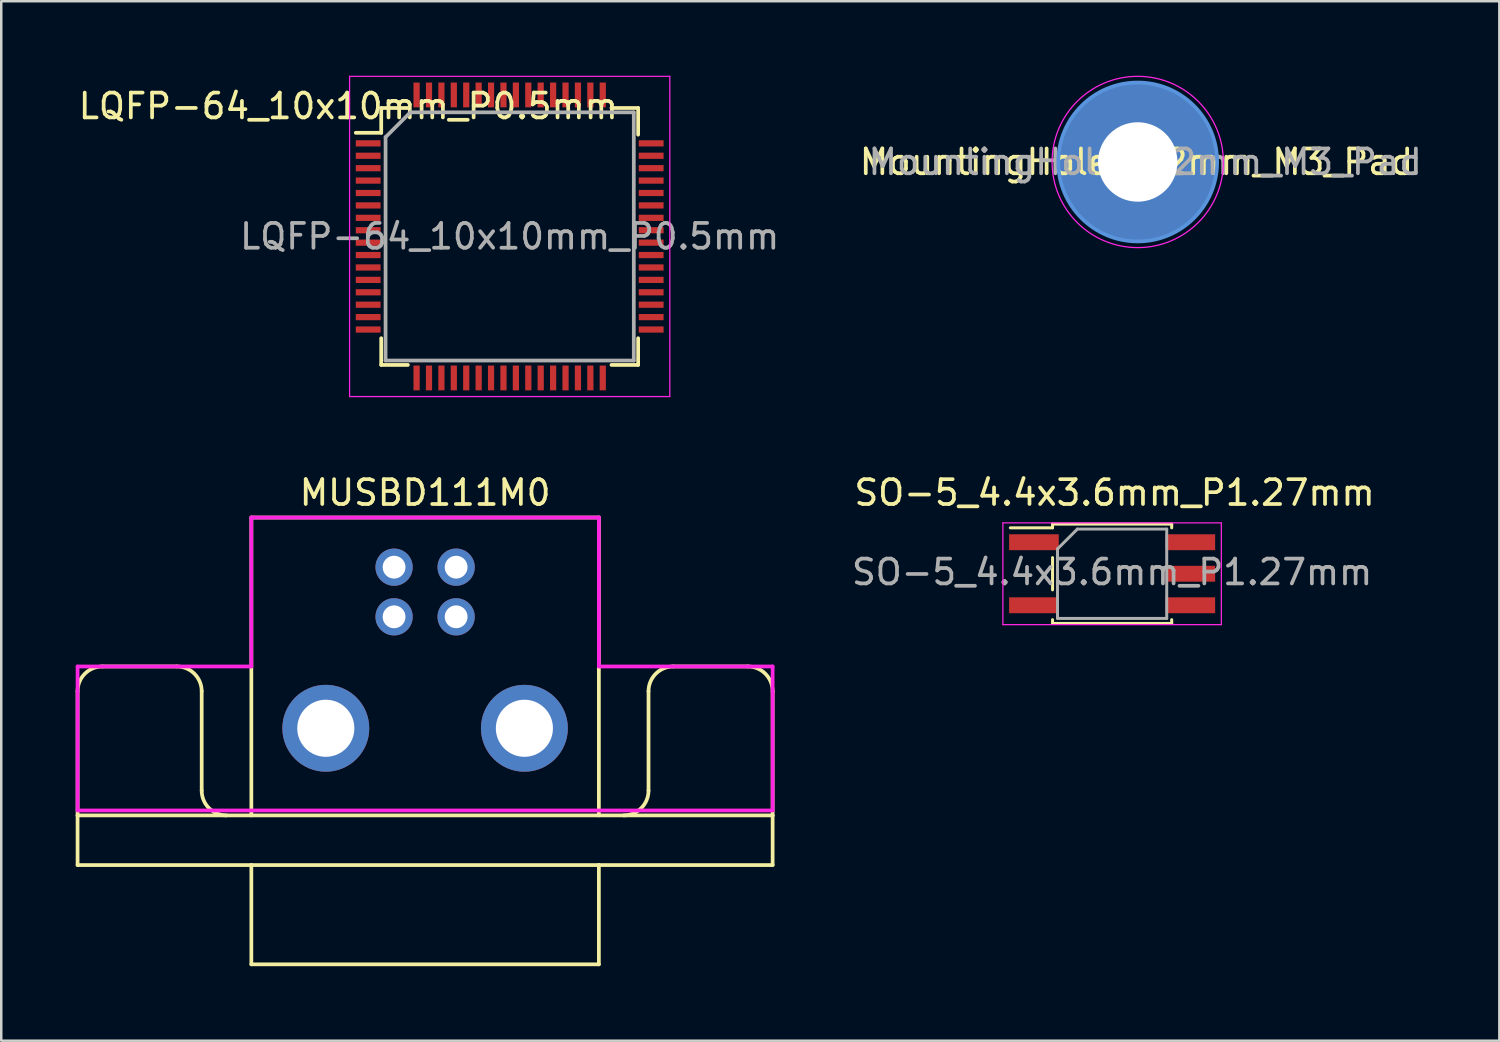
<source format=kicad_pcb>
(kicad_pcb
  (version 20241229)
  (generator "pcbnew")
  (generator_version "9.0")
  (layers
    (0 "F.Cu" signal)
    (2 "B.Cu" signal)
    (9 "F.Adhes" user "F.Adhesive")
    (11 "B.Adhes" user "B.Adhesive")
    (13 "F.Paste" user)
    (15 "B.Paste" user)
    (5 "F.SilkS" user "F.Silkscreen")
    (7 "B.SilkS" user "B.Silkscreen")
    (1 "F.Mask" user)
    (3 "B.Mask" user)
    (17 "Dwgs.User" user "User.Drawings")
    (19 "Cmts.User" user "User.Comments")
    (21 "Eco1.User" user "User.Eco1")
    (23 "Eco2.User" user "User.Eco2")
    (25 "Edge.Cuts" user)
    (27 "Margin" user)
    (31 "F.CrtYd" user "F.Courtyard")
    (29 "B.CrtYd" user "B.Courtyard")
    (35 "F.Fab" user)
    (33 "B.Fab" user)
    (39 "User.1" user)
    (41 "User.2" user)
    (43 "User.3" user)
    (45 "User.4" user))
  (footprint "MountingHole_3.2mm_M3_Pad"
    (layer "F.Cu")
    (at 42.782 3.475)
    (property "Reference" "MountingHole_3.2mm_M3_Pad" (at -0.05 0 0) (layer "F.SilkS") (effects (font (size 1 1) (thickness 0.15))))
    (attr exclude_from_pos_files exclude_from_bom)
    (fp_circle (center 0 0) (end 3.2 0) (stroke (width 0.15) (type solid)) (fill no) (layer "Cmts.User"))
    (fp_circle (center 0 0) (end 3.45 0) (stroke (width 0.05) (type solid)) (fill no) (layer "F.CrtYd"))
    (fp_text user "${REFERENCE}" (at 0.3 0 0) (layer "F.Fab") (effects (font (size 1 1) (thickness 0.15))))
    (pad "1" thru_hole circle (at 0 0) (size 6.4 6.4) (drill 3.2) (layers "*.Cu" "*.Mask")))
  (footprint "SO-5_4.4x3.6mm_P1.27mm"
    (layer "F.Cu")
    (at 41.751 20.063)
    (property "Reference" "SO-5_4.4x3.6mm_P1.27mm" (at 0.1 -3.265 0) (layer "F.SilkS") (effects (font (size 1 1) (thickness 0.15))))
    (attr smd)
    (fp_line (start -2.4 -2) (end 2.4 -2) (stroke (width 0.12) (type solid)) (layer "F.SilkS"))
    (fp_line (start -2.4 -1.85) (end -4.1 -1.85) (stroke (width 0.12) (type solid)) (layer "F.SilkS"))
    (fp_line (start -2.4 -1.85) (end -2.4 -2) (stroke (width 0.12) (type solid)) (layer "F.SilkS"))
    (fp_line (start -2.4 0.65) (end -2.4 -0.65) (stroke (width 0.12) (type solid)) (layer "F.SilkS"))
    (fp_line (start -2.4 2) (end -2.4 1.85) (stroke (width 0.12) (type solid)) (layer "F.SilkS"))
    (fp_line (start 2.4 -2) (end 2.4 -1.85) (stroke (width 0.12) (type solid)) (layer "F.SilkS"))
    (fp_line (start 2.4 1.85) (end 2.4 2) (stroke (width 0.12) (type solid)) (layer "F.SilkS"))
    (fp_line (start 2.4 2) (end -2.4 2) (stroke (width 0.12) (type solid)) (layer "F.SilkS"))
    (fp_line (start -4.4 -2.05) (end -4.4 2.05) (stroke (width 0.05) (type solid)) (layer "F.CrtYd"))
    (fp_line (start -4.4 -2.05) (end 4.4 -2.05) (stroke (width 0.05) (type solid)) (layer "F.CrtYd"))
    (fp_line (start 4.4 2.05) (end -4.4 2.05) (stroke (width 0.05) (type solid)) (layer "F.CrtYd"))
    (fp_line (start 4.4 2.05) (end 4.4 -2.05) (stroke (width 0.05) (type solid)) (layer "F.CrtYd"))
    (fp_line (start -2.2 -1) (end -1.4 -1.8) (stroke (width 0.12) (type solid)) (layer "F.Fab"))
    (fp_line (start -2.2 1.8) (end -2.2 -1) (stroke (width 0.12) (type solid)) (layer "F.Fab"))
    (fp_line (start -1.4 -1.8) (end 2.2 -1.8) (stroke (width 0.12) (type solid)) (layer "F.Fab"))
    (fp_line (start 2.2 -1.8) (end 2.2 1.8) (stroke (width 0.12) (type solid)) (layer "F.Fab"))
    (fp_line (start 2.2 1.8) (end -2.2 1.8) (stroke (width 0.12) (type solid)) (layer "F.Fab"))
    (fp_text user "${REFERENCE}" (at 0 -0.065 0) (layer "F.Fab") (effects (font (size 1 1) (thickness 0.15))))
    (pad "1" smd rect (at -3.15 -1.27) (size 2 0.64) (layers "F.Cu" "F.Mask" "F.Paste"))
    (pad "2" smd rect (at -3.15 1.27) (size 2 0.64) (layers "F.Cu" "F.Mask" "F.Paste"))
    (pad "3" smd rect (at 3.15 1.27) (size 2 0.64) (layers "F.Cu" "F.Mask" "F.Paste"))
    (pad "4" smd rect (at 3.15 0) (size 2 0.64) (layers "F.Cu" "F.Mask" "F.Paste"))
    (pad "5" smd rect (at 3.15 -1.27) (size 2 0.64) (layers "F.Cu" "F.Mask" "F.Paste")))
  (footprint "MUSBD111M0"
    (layer "F.Cu")
    (at 14.075 20.798)
    (property "Reference" "MUSBD111M0" (at 0 -4 0) (layer "F.SilkS") (effects (font (size 1 1) (thickness 0.15))))
    (attr through_hole)
    (fp_line (start -14 9) (end -14 4) (stroke (width 0.15) (type solid)) (layer "F.SilkS"))
    (fp_line (start -14 9) (end -14 11) (stroke (width 0.15) (type solid)) (layer "F.SilkS"))
    (fp_line (start -14 11) (end -7 11) (stroke (width 0.15) (type solid)) (layer "F.SilkS"))
    (fp_line (start -13 3) (end -10 3) (stroke (width 0.15) (type solid)) (layer "F.SilkS"))
    (fp_line (start -9 4) (end -9 8) (stroke (width 0.15) (type solid)) (layer "F.SilkS"))
    (fp_line (start -7 -3) (end 7 -3) (stroke (width 0.15) (type solid)) (layer "F.SilkS"))
    (fp_line (start -7 9) (end -7 -3) (stroke (width 0.15) (type solid)) (layer "F.SilkS"))
    (fp_line (start -7 11) (end -7 15) (stroke (width 0.15) (type solid)) (layer "F.SilkS"))
    (fp_line (start -7 11) (end 7 11) (stroke (width 0.15) (type solid)) (layer "F.SilkS"))
    (fp_line (start -7 15) (end 7 15) (stroke (width 0.15) (type solid)) (layer "F.SilkS"))
    (fp_line (start 7 -3) (end 7 9) (stroke (width 0.15) (type solid)) (layer "F.SilkS"))
    (fp_line (start 7 11) (end 14 11) (stroke (width 0.15) (type solid)) (layer "F.SilkS"))
    (fp_line (start 7 15) (end 7 11) (stroke (width 0.15) (type solid)) (layer "F.SilkS"))
    (fp_line (start 9 8) (end 9 4) (stroke (width 0.15) (type solid)) (layer "F.SilkS"))
    (fp_line (start 10 3) (end 13 3) (stroke (width 0.15) (type solid)) (layer "F.SilkS"))
    (fp_line (start 14 4) (end 14 9) (stroke (width 0.15) (type solid)) (layer "F.SilkS"))
    (fp_line (start 14 9) (end -14 9) (stroke (width 0.15) (type solid)) (layer "F.SilkS"))
    (fp_line (start 14 11) (end 14 9) (stroke (width 0.15) (type solid)) (layer "F.SilkS"))
    (fp_arc (start -14 4) (mid -13.707107 3.292893) (end -13 3) (stroke (width 0.15) (type solid)) (layer "F.SilkS"))
    (fp_arc (start -10 3) (mid -9.292893 3.292893) (end -9 4) (stroke (width 0.15) (type solid)) (layer "F.SilkS"))
    (fp_arc (start -8 9) (mid -8.707107 8.707107) (end -9 8) (stroke (width 0.15) (type solid)) (layer "F.SilkS"))
    (fp_arc (start 9 4) (mid 9.292893 3.292893) (end 10 3) (stroke (width 0.15) (type solid)) (layer "F.SilkS"))
    (fp_arc (start 9 8) (mid 8.707107 8.707107) (end 8 9) (stroke (width 0.15) (type solid)) (layer "F.SilkS"))
    (fp_arc (start 13 3) (mid 13.707107 3.292893) (end 14 4) (stroke (width 0.15) (type solid)) (layer "F.SilkS"))
    (fp_line (start -14 3) (end -14 8.8) (stroke (width 0.15) (type solid)) (layer "F.CrtYd"))
    (fp_line (start -14 8.8) (end 14 8.8) (stroke (width 0.15) (type solid)) (layer "F.CrtYd"))
    (fp_line (start -7 -3) (end -7 3) (stroke (width 0.15) (type solid)) (layer "F.CrtYd"))
    (fp_line (start -7 -3) (end 7 -3) (stroke (width 0.15) (type solid)) (layer "F.CrtYd"))
    (fp_line (start -7 3) (end -14 3) (stroke (width 0.15) (type solid)) (layer "F.CrtYd"))
    (fp_line (start 7 -3) (end 7 3) (stroke (width 0.15) (type solid)) (layer "F.CrtYd"))
    (fp_line (start 7 3) (end 14 3) (stroke (width 0.15) (type solid)) (layer "F.CrtYd"))
    (fp_line (start 14 3) (end 14 8.8) (stroke (width 0.15) (type solid)) (layer "F.CrtYd"))
    (pad "1" thru_hole circle (at 1.25 -1) (size 1.5 1.5) (drill 0.92) (layers "*.Cu" "*.Mask"))
    (pad "2" thru_hole circle (at -1.25 -1) (size 1.5 1.5) (drill 0.92) (layers "*.Cu" "*.Mask"))
    (pad "3" thru_hole circle (at -1.25 1) (size 1.5 1.5) (drill 0.92) (layers "*.Cu" "*.Mask"))
    (pad "4" thru_hole circle (at 1.25 1) (size 1.5 1.5) (drill 0.92) (layers "*.Cu" "*.Mask"))
    (pad "5" thru_hole circle (at -4 5.49) (size 3.5 3.5) (drill 2.3) (layers "*.Cu" "*.Mask"))
    (pad "5" thru_hole circle (at 4 5.49) (size 3.5 3.5) (drill 2.3) (layers "*.Cu" "*.Mask")))
  (footprint "LQFP-64_10x10mm_P0.5mm"
    (layer "F.Cu")
    (at 17.482 6.475)
    (property "Reference" "LQFP-64_10x10mm_P0.5mm" (at -6.5 -5.25 0) (layer "F.SilkS") (effects (font (size 1 1) (thickness 0.15))))
    (attr smd)
    (fp_line (start -5.175 -5.175) (end -5.175 -4.175) (stroke (width 0.15) (type solid)) (layer "F.SilkS"))
    (fp_line (start -5.175 -5.175) (end -4.1 -5.175) (stroke (width 0.15) (type solid)) (layer "F.SilkS"))
    (fp_line (start -5.175 -4.175) (end -6.2 -4.175) (stroke (width 0.15) (type solid)) (layer "F.SilkS"))
    (fp_line (start -5.175 5.175) (end -5.175 4.1) (stroke (width 0.15) (type solid)) (layer "F.SilkS"))
    (fp_line (start -5.175 5.175) (end -4.1 5.175) (stroke (width 0.15) (type solid)) (layer "F.SilkS"))
    (fp_line (start 5.175 -5.175) (end 4.1 -5.175) (stroke (width 0.15) (type solid)) (layer "F.SilkS"))
    (fp_line (start 5.175 -5.175) (end 5.175 -4.1) (stroke (width 0.15) (type solid)) (layer "F.SilkS"))
    (fp_line (start 5.175 5.175) (end 4.1 5.175) (stroke (width 0.15) (type solid)) (layer "F.SilkS"))
    (fp_line (start 5.175 5.175) (end 5.175 4.1) (stroke (width 0.15) (type solid)) (layer "F.SilkS"))
    (fp_line (start -6.45 -6.45) (end -6.45 6.45) (stroke (width 0.05) (type solid)) (layer "F.CrtYd"))
    (fp_line (start -6.45 -6.45) (end 6.45 -6.45) (stroke (width 0.05) (type solid)) (layer "F.CrtYd"))
    (fp_line (start -6.45 6.45) (end 6.45 6.45) (stroke (width 0.05) (type solid)) (layer "F.CrtYd"))
    (fp_line (start 6.45 -6.45) (end 6.45 6.45) (stroke (width 0.05) (type solid)) (layer "F.CrtYd"))
    (fp_line (start -5 -4) (end -4 -5) (stroke (width 0.15) (type solid)) (layer "F.Fab"))
    (fp_line (start -5 5) (end -5 -4) (stroke (width 0.15) (type solid)) (layer "F.Fab"))
    (fp_line (start -4 -5) (end 5 -5) (stroke (width 0.15) (type solid)) (layer "F.Fab"))
    (fp_line (start 5 -5) (end 5 5) (stroke (width 0.15) (type solid)) (layer "F.Fab"))
    (fp_line (start 5 5) (end -5 5) (stroke (width 0.15) (type solid)) (layer "F.Fab"))
    (fp_text user "${REFERENCE}" (at 0 0 0) (layer "F.Fab") (effects (font (size 1 1) (thickness 0.15))))
    (pad "1" smd rect (at -5.7 -3.75) (size 1 0.25) (layers "F.Cu" "F.Mask" "F.Paste"))
    (pad "2" smd rect (at -5.7 -3.25) (size 1 0.25) (layers "F.Cu" "F.Mask" "F.Paste"))
    (pad "3" smd rect (at -5.7 -2.75) (size 1 0.25) (layers "F.Cu" "F.Mask" "F.Paste"))
    (pad "4" smd rect (at -5.7 -2.25) (size 1 0.25) (layers "F.Cu" "F.Mask" "F.Paste"))
    (pad "5" smd rect (at -5.7 -1.75) (size 1 0.25) (layers "F.Cu" "F.Mask" "F.Paste"))
    (pad "6" smd rect (at -5.7 -1.25) (size 1 0.25) (layers "F.Cu" "F.Mask" "F.Paste"))
    (pad "7" smd rect (at -5.7 -0.75) (size 1 0.25) (layers "F.Cu" "F.Mask" "F.Paste"))
    (pad "8" smd rect (at -5.7 -0.25) (size 1 0.25) (layers "F.Cu" "F.Mask" "F.Paste"))
    (pad "9" smd rect (at -5.7 0.25) (size 1 0.25) (layers "F.Cu" "F.Mask" "F.Paste"))
    (pad "10" smd rect (at -5.7 0.75) (size 1 0.25) (layers "F.Cu" "F.Mask" "F.Paste"))
    (pad "11" smd rect (at -5.7 1.25) (size 1 0.25) (layers "F.Cu" "F.Mask" "F.Paste"))
    (pad "12" smd rect (at -5.7 1.75) (size 1 0.25) (layers "F.Cu" "F.Mask" "F.Paste"))
    (pad "13" smd rect (at -5.7 2.25) (size 1 0.25) (layers "F.Cu" "F.Mask" "F.Paste"))
    (pad "14" smd rect (at -5.7 2.75) (size 1 0.25) (layers "F.Cu" "F.Mask" "F.Paste"))
    (pad "15" smd rect (at -5.7 3.25) (size 1 0.25) (layers "F.Cu" "F.Mask" "F.Paste"))
    (pad "16" smd rect (at -5.7 3.75) (size 1 0.25) (layers "F.Cu" "F.Mask" "F.Paste"))
    (pad "17" smd rect (at -3.75 5.7 90) (size 1 0.25) (layers "F.Cu" "F.Mask" "F.Paste"))
    (pad "18" smd rect (at -3.25 5.7 90) (size 1 0.25) (layers "F.Cu" "F.Mask" "F.Paste"))
    (pad "19" smd rect (at -2.75 5.7 90) (size 1 0.25) (layers "F.Cu" "F.Mask" "F.Paste"))
    (pad "20" smd rect (at -2.25 5.7 90) (size 1 0.25) (layers "F.Cu" "F.Mask" "F.Paste"))
    (pad "21" smd rect (at -1.75 5.7 90) (size 1 0.25) (layers "F.Cu" "F.Mask" "F.Paste"))
    (pad "22" smd rect (at -1.25 5.7 90) (size 1 0.25) (layers "F.Cu" "F.Mask" "F.Paste"))
    (pad "23" smd rect (at -0.75 5.7 90) (size 1 0.25) (layers "F.Cu" "F.Mask" "F.Paste"))
    (pad "24" smd rect (at -0.25 5.7 90) (size 1 0.25) (layers "F.Cu" "F.Mask" "F.Paste"))
    (pad "25" smd rect (at 0.25 5.7 90) (size 1 0.25) (layers "F.Cu" "F.Mask" "F.Paste"))
    (pad "26" smd rect (at 0.75 5.7 90) (size 1 0.25) (layers "F.Cu" "F.Mask" "F.Paste"))
    (pad "27" smd rect (at 1.25 5.7 90) (size 1 0.25) (layers "F.Cu" "F.Mask" "F.Paste"))
    (pad "28" smd rect (at 1.75 5.7 90) (size 1 0.25) (layers "F.Cu" "F.Mask" "F.Paste"))
    (pad "29" smd rect (at 2.25 5.7 90) (size 1 0.25) (layers "F.Cu" "F.Mask" "F.Paste"))
    (pad "30" smd rect (at 2.75 5.7 90) (size 1 0.25) (layers "F.Cu" "F.Mask" "F.Paste"))
    (pad "31" smd rect (at 3.25 5.7 90) (size 1 0.25) (layers "F.Cu" "F.Mask" "F.Paste"))
    (pad "32" smd rect (at 3.75 5.7 90) (size 1 0.25) (layers "F.Cu" "F.Mask" "F.Paste"))
    (pad "33" smd rect (at 5.7 3.75) (size 1 0.25) (layers "F.Cu" "F.Mask" "F.Paste"))
    (pad "34" smd rect (at 5.7 3.25) (size 1 0.25) (layers "F.Cu" "F.Mask" "F.Paste"))
    (pad "35" smd rect (at 5.7 2.75) (size 1 0.25) (layers "F.Cu" "F.Mask" "F.Paste"))
    (pad "36" smd rect (at 5.7 2.25) (size 1 0.25) (layers "F.Cu" "F.Mask" "F.Paste"))
    (pad "37" smd rect (at 5.7 1.75) (size 1 0.25) (layers "F.Cu" "F.Mask" "F.Paste"))
    (pad "38" smd rect (at 5.7 1.25) (size 1 0.25) (layers "F.Cu" "F.Mask" "F.Paste"))
    (pad "39" smd rect (at 5.7 0.75) (size 1 0.25) (layers "F.Cu" "F.Mask" "F.Paste"))
    (pad "40" smd rect (at 5.7 0.25) (size 1 0.25) (layers "F.Cu" "F.Mask" "F.Paste"))
    (pad "41" smd rect (at 5.7 -0.25) (size 1 0.25) (layers "F.Cu" "F.Mask" "F.Paste"))
    (pad "42" smd rect (at 5.7 -0.75) (size 1 0.25) (layers "F.Cu" "F.Mask" "F.Paste"))
    (pad "43" smd rect (at 5.7 -1.25) (size 1 0.25) (layers "F.Cu" "F.Mask" "F.Paste"))
    (pad "44" smd rect (at 5.7 -1.75) (size 1 0.25) (layers "F.Cu" "F.Mask" "F.Paste"))
    (pad "45" smd rect (at 5.7 -2.25) (size 1 0.25) (layers "F.Cu" "F.Mask" "F.Paste"))
    (pad "46" smd rect (at 5.7 -2.75) (size 1 0.25) (layers "F.Cu" "F.Mask" "F.Paste"))
    (pad "47" smd rect (at 5.7 -3.25) (size 1 0.25) (layers "F.Cu" "F.Mask" "F.Paste"))
    (pad "48" smd rect (at 5.7 -3.75) (size 1 0.25) (layers "F.Cu" "F.Mask" "F.Paste"))
    (pad "49" smd rect (at 3.75 -5.7 90) (size 1 0.25) (layers "F.Cu" "F.Mask" "F.Paste"))
    (pad "50" smd rect (at 3.25 -5.7 90) (size 1 0.25) (layers "F.Cu" "F.Mask" "F.Paste"))
    (pad "51" smd rect (at 2.75 -5.7 90) (size 1 0.25) (layers "F.Cu" "F.Mask" "F.Paste"))
    (pad "52" smd rect (at 2.25 -5.7 90) (size 1 0.25) (layers "F.Cu" "F.Mask" "F.Paste"))
    (pad "53" smd rect (at 1.75 -5.7 90) (size 1 0.25) (layers "F.Cu" "F.Mask" "F.Paste"))
    (pad "54" smd rect (at 1.25 -5.7 90) (size 1 0.25) (layers "F.Cu" "F.Mask" "F.Paste"))
    (pad "55" smd rect (at 0.75 -5.7 90) (size 1 0.25) (layers "F.Cu" "F.Mask" "F.Paste"))
    (pad "56" smd rect (at 0.25 -5.7 90) (size 1 0.25) (layers "F.Cu" "F.Mask" "F.Paste"))
    (pad "57" smd rect (at -0.25 -5.7 90) (size 1 0.25) (layers "F.Cu" "F.Mask" "F.Paste"))
    (pad "58" smd rect (at -0.75 -5.7 90) (size 1 0.25) (layers "F.Cu" "F.Mask" "F.Paste"))
    (pad "59" smd rect (at -1.25 -5.7 90) (size 1 0.25) (layers "F.Cu" "F.Mask" "F.Paste"))
    (pad "60" smd rect (at -1.75 -5.7 90) (size 1 0.25) (layers "F.Cu" "F.Mask" "F.Paste"))
    (pad "61" smd rect (at -2.25 -5.7 90) (size 1 0.25) (layers "F.Cu" "F.Mask" "F.Paste"))
    (pad "62" smd rect (at -2.75 -5.7 90) (size 1 0.25) (layers "F.Cu" "F.Mask" "F.Paste"))
    (pad "63" smd rect (at -3.25 -5.7 90) (size 1 0.25) (layers "F.Cu" "F.Mask" "F.Paste"))
    (pad "64" smd rect (at -3.75 -5.7 90) (size 1 0.25) (layers "F.Cu" "F.Mask" "F.Paste")))
  (gr_rect
    (start -3 -3)
    (end 57.35 38.873)
    (stroke (width 0.1) (type default))
    (fill no)
    (layer "Edge.Cuts")))
</source>
